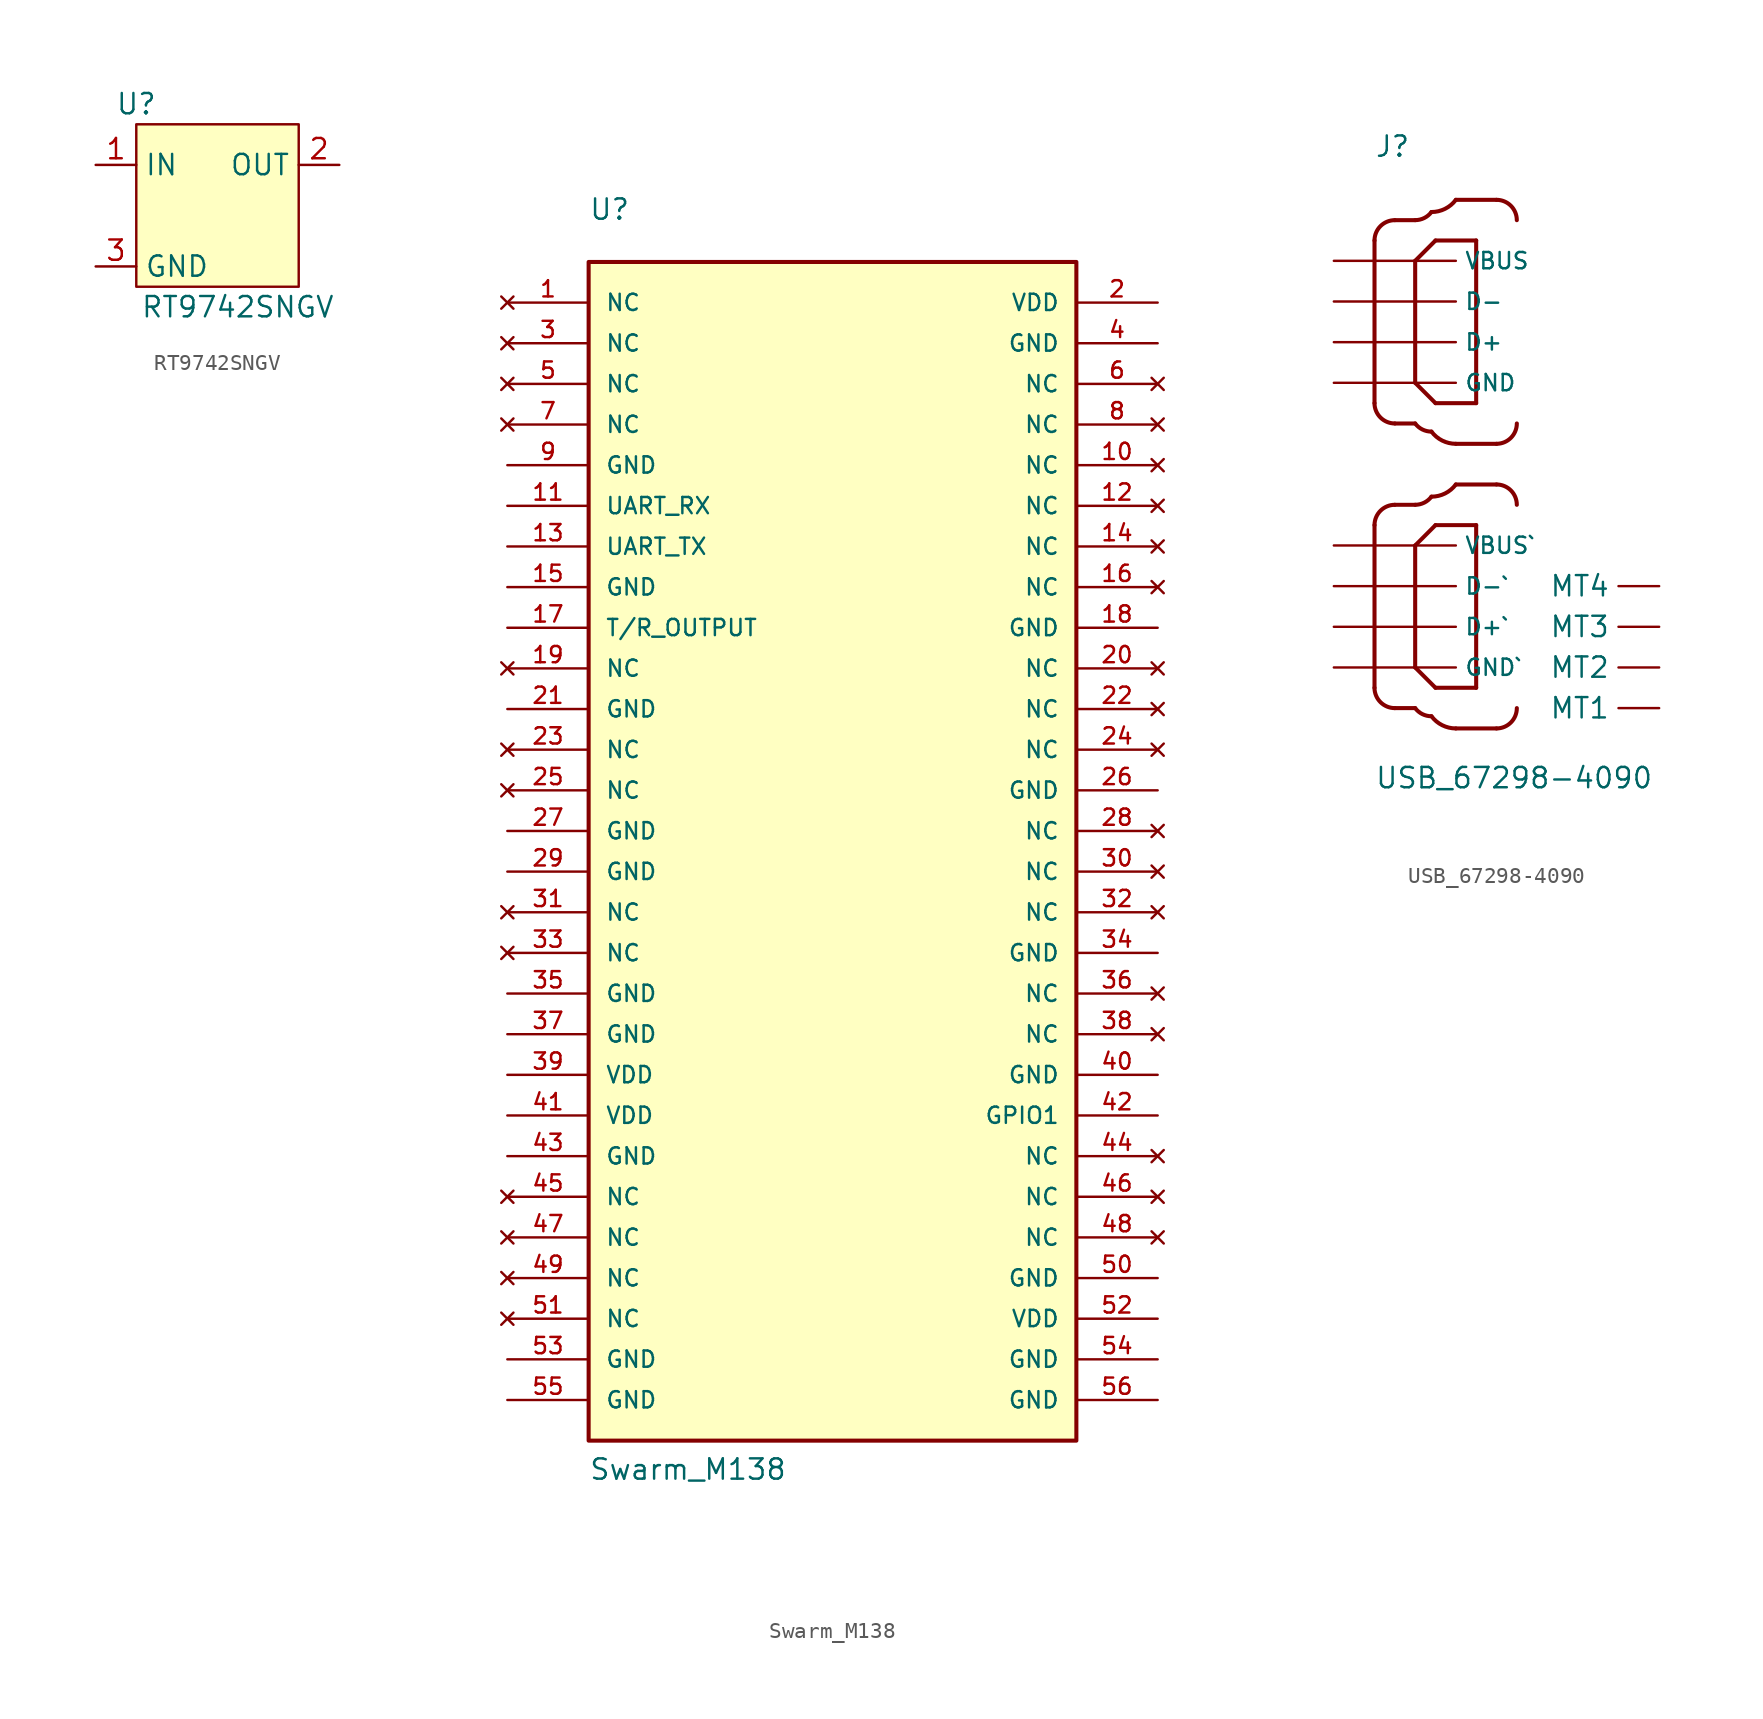
<source format=kicad_sym>
(kicad_symbol_lib
  (version 20211014)
  (generator kicad_symbol_editor)
  (symbol "RT9742SNGV"
    (property "Reference" "U"
      (at -2.54 7.62 0)
      (effects (font (size 1.27 1.27))))
    (property "Value" "RT9742SNGV"
      (at 3.81 -5.08 0)
      (effects (font (size 1.27 1.27))))
    (symbol "RT9742SNGV_0_1"
      (rectangle (start -2.54 6.35) (end 7.62 -3.81) (stroke (width 0) (type default) (color 0 0 0 0)) (fill (type background))))
    (symbol "RT9742SNGV_1_1"
      (pin power_in line (at -5.08 3.81 0) (length 2.54) (name "IN" (effects (font (size 1.27 1.27)))) (number "1" (effects (font (size 1.27 1.27)))))
      (pin power_in line (at 10.16 3.81 180) (length 2.54) (name "OUT" (effects (font (size 1.27 1.27)))) (number "2" (effects (font (size 1.27 1.27)))))
      (pin power_in line (at -5.08 -2.54 0) (length 2.54) (name "GND" (effects (font (size 1.27 1.27)))) (number "3" (effects (font (size 1.27 1.27)))))))
  (symbol "Swarm_M138"
    (pin_names
      (offset 1.016))
    (property "Reference" "U"
      (at -15.24 38.1 0)
      (effects (font (size 1.27 1.27)) (justify left bottom)))
    (property "Value" "Swarm_M138"
      (at -15.24 -40.64 0)
      (effects (font (size 1.27 1.27)) (justify left bottom)))
    (symbol "Swarm_M138_0_0"
      (rectangle (start -15.24 35.56) (end 15.24 -38.1) (stroke (width 0.254) (type default) (color 0 0 0 0)) (fill (type background)))
      (pin no_connect line (at -20.32 33.02 0) (length 5.08) (name "NC" (effects (font (size 1.016 1.016)))) (number "1" (effects (font (size 1.016 1.016)))))
      (pin no_connect line (at 20.32 22.86 180) (length 5.08) (name "NC" (effects (font (size 1.016 1.016)))) (number "10" (effects (font (size 1.016 1.016)))))
      (pin bidirectional line (at -20.32 20.32 0) (length 5.08) (name "UART_RX" (effects (font (size 1.016 1.016)))) (number "11" (effects (font (size 1.016 1.016)))))
      (pin no_connect line (at 20.32 20.32 180) (length 5.08) (name "NC" (effects (font (size 1.016 1.016)))) (number "12" (effects (font (size 1.016 1.016)))))
      (pin bidirectional line (at -20.32 17.78 0) (length 5.08) (name "UART_TX" (effects (font (size 1.016 1.016)))) (number "13" (effects (font (size 1.016 1.016)))))
      (pin no_connect line (at 20.32 17.78 180) (length 5.08) (name "NC" (effects (font (size 1.016 1.016)))) (number "14" (effects (font (size 1.016 1.016)))))
      (pin power_in line (at -20.32 15.24 0) (length 5.08) (name "GND" (effects (font (size 1.016 1.016)))) (number "15" (effects (font (size 1.016 1.016)))))
      (pin no_connect line (at 20.32 15.24 180) (length 5.08) (name "NC" (effects (font (size 1.016 1.016)))) (number "16" (effects (font (size 1.016 1.016)))))
      (pin passive line (at -20.32 12.7 0) (length 5.08) (name "T/R_OUTPUT" (effects (font (size 1.016 1.016)))) (number "17" (effects (font (size 1.016 1.016)))))
      (pin power_in line (at 20.32 12.7 180) (length 5.08) (name "GND" (effects (font (size 1.016 1.016)))) (number "18" (effects (font (size 1.016 1.016)))))
      (pin no_connect line (at -20.32 10.16 0) (length 5.08) (name "NC" (effects (font (size 1.016 1.016)))) (number "19" (effects (font (size 1.016 1.016)))))
      (pin power_in line (at 20.32 33.02 180) (length 5.08) (name "VDD" (effects (font (size 1.016 1.016)))) (number "2" (effects (font (size 1.016 1.016)))))
      (pin no_connect line (at 20.32 10.16 180) (length 5.08) (name "NC" (effects (font (size 1.016 1.016)))) (number "20" (effects (font (size 1.016 1.016)))))
      (pin power_in line (at -20.32 7.62 0) (length 5.08) (name "GND" (effects (font (size 1.016 1.016)))) (number "21" (effects (font (size 1.016 1.016)))))
      (pin no_connect line (at 20.32 7.62 180) (length 5.08) (name "NC" (effects (font (size 1.016 1.016)))) (number "22" (effects (font (size 1.016 1.016)))))
      (pin no_connect line (at -20.32 5.08 0) (length 5.08) (name "NC" (effects (font (size 1.016 1.016)))) (number "23" (effects (font (size 1.016 1.016)))))
      (pin no_connect line (at 20.32 5.08 180) (length 5.08) (name "NC" (effects (font (size 1.016 1.016)))) (number "24" (effects (font (size 1.016 1.016)))))
      (pin no_connect line (at -20.32 2.54 0) (length 5.08) (name "NC" (effects (font (size 1.016 1.016)))) (number "25" (effects (font (size 1.016 1.016)))))
      (pin power_in line (at 20.32 2.54 180) (length 5.08) (name "GND" (effects (font (size 1.016 1.016)))) (number "26" (effects (font (size 1.016 1.016)))))
      (pin power_in line (at -20.32 0 0) (length 5.08) (name "GND" (effects (font (size 1.016 1.016)))) (number "27" (effects (font (size 1.016 1.016)))))
      (pin no_connect line (at 20.32 0 180) (length 5.08) (name "NC" (effects (font (size 1.016 1.016)))) (number "28" (effects (font (size 1.016 1.016)))))
      (pin power_in line (at -20.32 -2.54 0) (length 5.08) (name "GND" (effects (font (size 1.016 1.016)))) (number "29" (effects (font (size 1.016 1.016)))))
      (pin no_connect line (at -20.32 30.48 0) (length 5.08) (name "NC" (effects (font (size 1.016 1.016)))) (number "3" (effects (font (size 1.016 1.016)))))
      (pin no_connect line (at 20.32 -2.54 180) (length 5.08) (name "NC" (effects (font (size 1.016 1.016)))) (number "30" (effects (font (size 1.016 1.016)))))
      (pin no_connect line (at -20.32 -5.08 0) (length 5.08) (name "NC" (effects (font (size 1.016 1.016)))) (number "31" (effects (font (size 1.016 1.016)))))
      (pin no_connect line (at 20.32 -5.08 180) (length 5.08) (name "NC" (effects (font (size 1.016 1.016)))) (number "32" (effects (font (size 1.016 1.016)))))
      (pin no_connect line (at -20.32 -7.62 0) (length 5.08) (name "NC" (effects (font (size 1.016 1.016)))) (number "33" (effects (font (size 1.016 1.016)))))
      (pin power_in line (at 20.32 -7.62 180) (length 5.08) (name "GND" (effects (font (size 1.016 1.016)))) (number "34" (effects (font (size 1.016 1.016)))))
      (pin power_in line (at -20.32 -10.16 0) (length 5.08) (name "GND" (effects (font (size 1.016 1.016)))) (number "35" (effects (font (size 1.016 1.016)))))
      (pin no_connect line (at 20.32 -10.16 180) (length 5.08) (name "NC" (effects (font (size 1.016 1.016)))) (number "36" (effects (font (size 1.016 1.016)))))
      (pin power_in line (at -20.32 -12.7 0) (length 5.08) (name "GND" (effects (font (size 1.016 1.016)))) (number "37" (effects (font (size 1.016 1.016)))))
      (pin no_connect line (at 20.32 -12.7 180) (length 5.08) (name "NC" (effects (font (size 1.016 1.016)))) (number "38" (effects (font (size 1.016 1.016)))))
      (pin power_in line (at -20.32 -15.24 0) (length 5.08) (name "VDD" (effects (font (size 1.016 1.016)))) (number "39" (effects (font (size 1.016 1.016)))))
      (pin power_in line (at 20.32 30.48 180) (length 5.08) (name "GND" (effects (font (size 1.016 1.016)))) (number "4" (effects (font (size 1.016 1.016)))))
      (pin power_in line (at 20.32 -15.24 180) (length 5.08) (name "GND" (effects (font (size 1.016 1.016)))) (number "40" (effects (font (size 1.016 1.016)))))
      (pin power_in line (at -20.32 -17.78 0) (length 5.08) (name "VDD" (effects (font (size 1.016 1.016)))) (number "41" (effects (font (size 1.016 1.016)))))
      (pin bidirectional line (at 20.32 -17.78 180) (length 5.08) (name "GPIO1" (effects (font (size 1.016 1.016)))) (number "42" (effects (font (size 1.016 1.016)))))
      (pin power_in line (at -20.32 -20.32 0) (length 5.08) (name "GND" (effects (font (size 1.016 1.016)))) (number "43" (effects (font (size 1.016 1.016)))))
      (pin no_connect line (at 20.32 -20.32 180) (length 5.08) (name "NC" (effects (font (size 1.016 1.016)))) (number "44" (effects (font (size 1.016 1.016)))))
      (pin no_connect line (at -20.32 -22.86 0) (length 5.08) (name "NC" (effects (font (size 1.016 1.016)))) (number "45" (effects (font (size 1.016 1.016)))))
      (pin no_connect line (at 20.32 -22.86 180) (length 5.08) (name "NC" (effects (font (size 1.016 1.016)))) (number "46" (effects (font (size 1.016 1.016)))))
      (pin no_connect line (at -20.32 -25.4 0) (length 5.08) (name "NC" (effects (font (size 1.016 1.016)))) (number "47" (effects (font (size 1.016 1.016)))))
      (pin no_connect line (at 20.32 -25.4 180) (length 5.08) (name "NC" (effects (font (size 1.016 1.016)))) (number "48" (effects (font (size 1.016 1.016)))))
      (pin no_connect line (at -20.32 -27.94 0) (length 5.08) (name "NC" (effects (font (size 1.016 1.016)))) (number "49" (effects (font (size 1.016 1.016)))))
      (pin no_connect line (at -20.32 27.94 0) (length 5.08) (name "NC" (effects (font (size 1.016 1.016)))) (number "5" (effects (font (size 1.016 1.016)))))
      (pin power_in line (at 20.32 -27.94 180) (length 5.08) (name "GND" (effects (font (size 1.016 1.016)))) (number "50" (effects (font (size 1.016 1.016)))))
      (pin no_connect line (at -20.32 -30.48 0) (length 5.08) (name "NC" (effects (font (size 1.016 1.016)))) (number "51" (effects (font (size 1.016 1.016)))))
      (pin power_in line (at 20.32 -30.48 180) (length 5.08) (name "VDD" (effects (font (size 1.016 1.016)))) (number "52" (effects (font (size 1.016 1.016)))))
      (pin passive line (at -20.32 -33.02 0) (length 5.08) (name "GND" (effects (font (size 1.016 1.016)))) (number "53" (effects (font (size 1.016 1.016)))))
      (pin passive line (at 20.32 -33.02 180) (length 5.08) (name "GND" (effects (font (size 1.016 1.016)))) (number "54" (effects (font (size 1.016 1.016)))))
      (pin passive line (at -20.32 -35.56 0) (length 5.08) (name "GND" (effects (font (size 1.016 1.016)))) (number "55" (effects (font (size 1.016 1.016)))))
      (pin passive line (at 20.32 -35.56 180) (length 5.08) (name "GND" (effects (font (size 1.016 1.016)))) (number "56" (effects (font (size 1.016 1.016)))))
      (pin no_connect line (at 20.32 27.94 180) (length 5.08) (name "NC" (effects (font (size 1.016 1.016)))) (number "6" (effects (font (size 1.016 1.016)))))
      (pin no_connect line (at -20.32 25.4 0) (length 5.08) (name "NC" (effects (font (size 1.016 1.016)))) (number "7" (effects (font (size 1.016 1.016)))))
      (pin no_connect line (at 20.32 25.4 180) (length 5.08) (name "NC" (effects (font (size 1.016 1.016)))) (number "8" (effects (font (size 1.016 1.016)))))
      (pin power_in line (at -20.32 22.86 0) (length 5.08) (name "GND" (effects (font (size 1.016 1.016)))) (number "9" (effects (font (size 1.016 1.016)))))))
  (symbol "USB_67298-4090"
    (pin_numbers hide)
    (property "Reference" "J"
      (at -5.08 21.641 0)
      (effects (font (size 1.27 1.27)) (justify left bottom)))
    (property "Value" "USB_67298-4090"
      (at -5.08 -17.805 0)
      (effects (font (size 1.27 1.27)) (justify left bottom)))
    (symbol "USB_67298-4090_0_0"
      (arc (start -5.08 -11.43) (mid -4.708 -12.328) (end -3.81 -12.7) (stroke (width 0.254) (type default) (color 0 0 0 0)) (fill (type none)))
      (arc (start -5.08 6.35) (mid -4.708 5.452) (end -3.81 5.08) (stroke (width 0.254) (type default) (color 0 0 0 0)) (fill (type none)))
      (arc (start -3.81 0) (mid -4.708 -0.372) (end -5.08 -1.27) (stroke (width 0.254) (type default) (color 0 0 0 0)) (fill (type none)))
      (arc (start -3.81 17.78) (mid -4.708 17.408) (end -5.08 16.51) (stroke (width 0.254) (type default) (color 0 0 0 0)) (fill (type none)))
      (arc (start -2.54 -12.7) (mid -3.108 -15.1059) (end -1.524 -13.208) (stroke (width 0.254) (type default) (color 0 0 0 0)) (fill (type none)))
      (arc (start -2.54 0) (mid -1.972 0.1341) (end -1.524 0.508) (stroke (width 0.254) (type default) (color 0 0 0 0)) (fill (type none)))
      (arc (start -2.54 5.08) (mid -3.108 2.6741) (end -1.524 4.572) (stroke (width 0.254) (type default) (color 0 0 0 0)) (fill (type none)))
      (arc (start -2.54 17.78) (mid -1.972 17.9141) (end -1.524 18.288) (stroke (width 0.254) (type default) (color 0 0 0 0)) (fill (type none)))
      (arc (start -1.524 -13.208) (mid -0.8519 -13.7689) (end 0 -13.97) (stroke (width 0.254) (type default) (color 0 0 0 0)) (fill (type none)))
      (arc (start -1.524 0.508) (mid 0.8519 -2.3389) (end 0 1.27) (stroke (width 0.254) (type default) (color 0 0 0 0)) (fill (type none)))
      (arc (start -1.524 4.572) (mid -0.8519 4.0111) (end 0 3.81) (stroke (width 0.254) (type default) (color 0 0 0 0)) (fill (type none)))
      (arc (start -1.524 18.288) (mid 0.8519 15.4411) (end 0 19.05) (stroke (width 0.254) (type default) (color 0 0 0 0)) (fill (type none)))
      (polyline (pts (xy -5.08 -1.27) (xy -5.08 -11.43)) (stroke (width 0.254) (type default) (color 0 0 0 0)) (fill (type none)))
      (polyline (pts (xy -5.08 16.51) (xy -5.08 6.35)) (stroke (width 0.254) (type default) (color 0 0 0 0)) (fill (type none)))
      (polyline (pts (xy -3.81 -12.7) (xy -2.54 -12.7)) (stroke (width 0.254) (type default) (color 0 0 0 0)) (fill (type none)))
      (polyline (pts (xy -3.81 0) (xy -2.54 0)) (stroke (width 0.254) (type default) (color 0 0 0 0)) (fill (type none)))
      (polyline (pts (xy -3.81 5.08) (xy -2.54 5.08)) (stroke (width 0.254) (type default) (color 0 0 0 0)) (fill (type none)))
      (polyline (pts (xy -3.81 17.78) (xy -2.54 17.78)) (stroke (width 0.254) (type default) (color 0 0 0 0)) (fill (type none)))
      (polyline (pts (xy -2.54 -10.16) (xy -1.27 -11.43)) (stroke (width 0.254) (type default) (color 0 0 0 0)) (fill (type none)))
      (polyline (pts (xy -2.54 -2.54) (xy -2.54 -10.16)) (stroke (width 0.254) (type default) (color 0 0 0 0)) (fill (type none)))
      (polyline (pts (xy -2.54 7.62) (xy -1.27 6.35)) (stroke (width 0.254) (type default) (color 0 0 0 0)) (fill (type none)))
      (polyline (pts (xy -2.54 15.24) (xy -2.54 7.62)) (stroke (width 0.254) (type default) (color 0 0 0 0)) (fill (type none)))
      (polyline (pts (xy -1.27 -11.43) (xy 1.27 -11.43)) (stroke (width 0.254) (type default) (color 0 0 0 0)) (fill (type none)))
      (polyline (pts (xy -1.27 -1.27) (xy -2.54 -2.54)) (stroke (width 0.254) (type default) (color 0 0 0 0)) (fill (type none)))
      (polyline (pts (xy -1.27 6.35) (xy 1.27 6.35)) (stroke (width 0.254) (type default) (color 0 0 0 0)) (fill (type none)))
      (polyline (pts (xy -1.27 16.51) (xy -2.54 15.24)) (stroke (width 0.254) (type default) (color 0 0 0 0)) (fill (type none)))
      (polyline (pts (xy 0 -13.97) (xy 2.54 -13.97)) (stroke (width 0.254) (type default) (color 0 0 0 0)) (fill (type none)))
      (polyline (pts (xy 0 1.27) (xy 2.54 1.27)) (stroke (width 0.254) (type default) (color 0 0 0 0)) (fill (type none)))
      (polyline (pts (xy 0 3.81) (xy 2.54 3.81)) (stroke (width 0.254) (type default) (color 0 0 0 0)) (fill (type none)))
      (polyline (pts (xy 0 19.05) (xy 2.54 19.05)) (stroke (width 0.254) (type default) (color 0 0 0 0)) (fill (type none)))
      (polyline (pts (xy 1.27 -11.43) (xy 1.27 -1.27)) (stroke (width 0.254) (type default) (color 0 0 0 0)) (fill (type none)))
      (polyline (pts (xy 1.27 -1.27) (xy -1.27 -1.27)) (stroke (width 0.254) (type default) (color 0 0 0 0)) (fill (type none)))
      (polyline (pts (xy 1.27 6.35) (xy 1.27 16.51)) (stroke (width 0.254) (type default) (color 0 0 0 0)) (fill (type none)))
      (polyline (pts (xy 1.27 16.51) (xy -1.27 16.51)) (stroke (width 0.254) (type default) (color 0 0 0 0)) (fill (type none)))
      (arc (start 2.54 -13.97) (mid 3.438 -13.598) (end 3.81 -12.7) (stroke (width 0.254) (type default) (color 0 0 0 0)) (fill (type none)))
      (arc (start 2.54 3.81) (mid 3.438 4.182) (end 3.81 5.08) (stroke (width 0.254) (type default) (color 0 0 0 0)) (fill (type none)))
      (arc (start 3.81 0) (mid 3.438 0.898) (end 2.54 1.27) (stroke (width 0.254) (type default) (color 0 0 0 0)) (fill (type none)))
      (arc (start 3.81 17.78) (mid 3.438 18.678) (end 2.54 19.05) (stroke (width 0.254) (type default) (color 0 0 0 0)) (fill (type none)))
      (pin power_in line (at -7.62 -2.54 0) (length 7.62) (name "VBUS`" (effects (font (size 1.016 1.016)))) (number "1" (effects (font (size 1.016 1.016)))))
      (pin passive line (at -7.62 -5.08 0) (length 7.62) (name "D-`" (effects (font (size 1.016 1.016)))) (number "2" (effects (font (size 1.016 1.016)))))
      (pin passive line (at -7.62 -7.62 0) (length 7.62) (name "D+`" (effects (font (size 1.016 1.016)))) (number "3" (effects (font (size 1.016 1.016)))))
      (pin power_in line (at -7.62 -10.16 0) (length 7.62) (name "GND`" (effects (font (size 1.016 1.016)))) (number "4" (effects (font (size 1.016 1.016)))))
      (pin power_in line (at -7.62 15.24 0) (length 7.62) (name "VBUS" (effects (font (size 1.016 1.016)))) (number "5" (effects (font (size 1.016 1.016)))))
      (pin passive line (at -7.62 12.7 0) (length 7.62) (name "D-" (effects (font (size 1.016 1.016)))) (number "6" (effects (font (size 1.016 1.016)))))
      (pin passive line (at -7.62 10.16 0) (length 7.62) (name "D+" (effects (font (size 1.016 1.016)))) (number "7" (effects (font (size 1.016 1.016)))))
      (pin power_in line (at -7.62 7.62 0) (length 7.62) (name "GND" (effects (font (size 1.016 1.016)))) (number "8" (effects (font (size 1.016 1.016)))))
      (pin passive line (at 12.7 -12.7 180) (length 2.54) (name "MT1" (effects (font (size 1.27 1.27)))) (number "MT1" (effects (font (size 1.27 1.27)))))
      (pin passive line (at 12.7 -10.16 180) (length 2.54) (name "MT2" (effects (font (size 1.27 1.27)))) (number "MT2" (effects (font (size 1.27 1.27)))))
      (pin passive line (at 12.7 -7.62 180) (length 2.54) (name "MT3" (effects (font (size 1.27 1.27)))) (number "MT3" (effects (font (size 1.27 1.27)))))
      (pin passive line (at 12.7 -5.08 180) (length 2.54) (name "MT4" (effects (font (size 1.27 1.27)))) (number "MT4" (effects (font (size 1.27 1.27))))))))
</source>
